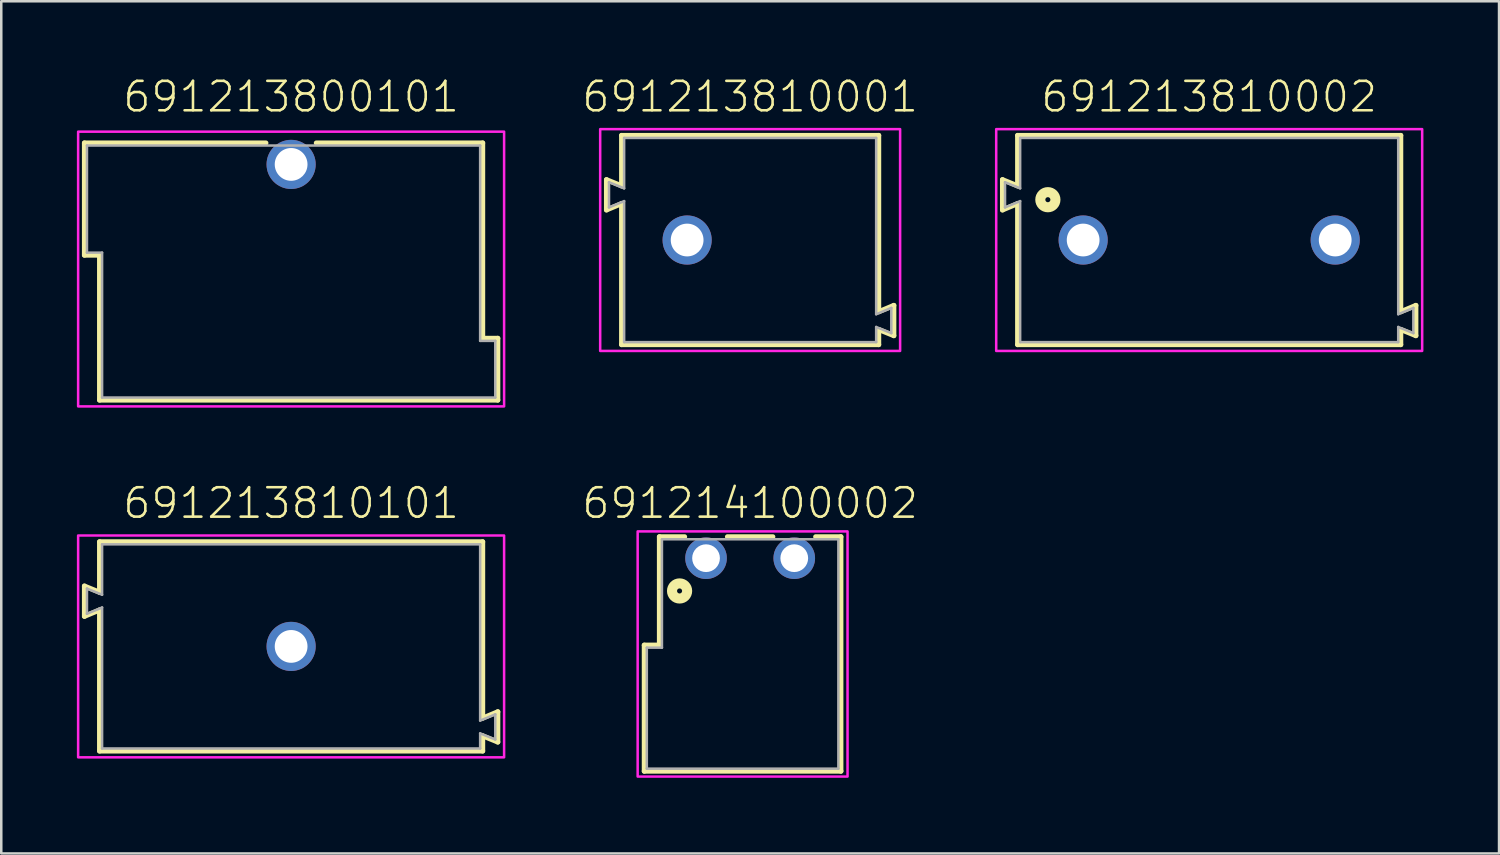
<source format=kicad_pcb>
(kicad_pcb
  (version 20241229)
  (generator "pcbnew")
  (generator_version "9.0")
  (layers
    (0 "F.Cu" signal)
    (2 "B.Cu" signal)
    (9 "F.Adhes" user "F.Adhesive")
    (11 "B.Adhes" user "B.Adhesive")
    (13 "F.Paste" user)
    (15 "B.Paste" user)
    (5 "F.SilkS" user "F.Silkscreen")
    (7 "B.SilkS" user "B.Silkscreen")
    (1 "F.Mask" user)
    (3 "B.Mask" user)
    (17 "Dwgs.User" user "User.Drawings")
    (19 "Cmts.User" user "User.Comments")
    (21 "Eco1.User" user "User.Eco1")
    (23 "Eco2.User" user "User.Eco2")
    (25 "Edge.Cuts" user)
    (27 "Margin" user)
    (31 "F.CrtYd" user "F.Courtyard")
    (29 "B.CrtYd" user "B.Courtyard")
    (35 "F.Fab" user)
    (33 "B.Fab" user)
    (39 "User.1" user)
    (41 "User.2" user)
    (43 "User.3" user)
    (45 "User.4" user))
  (footprint "691213810001"
    (layer "F.Cu")
    (at 24.212 6.473)
    (property "Reference" "691213810001" (at 2.5 -5 0) (unlocked yes) (layer "F.SilkS") (effects (font (size 1.168 1.168) (thickness 0.102)) (justify bottom)))
    (fp_line (start -3.2 -2.394) (end -2.6 -2.15) (stroke (width 0.2) (type solid)) (layer "F.SilkS"))
    (fp_line (start -3.2 -1.194) (end -3.2 -2.394) (stroke (width 0.2) (type solid)) (layer "F.SilkS"))
    (fp_line (start -2.6 -4.15) (end 7.6 -4.15) (stroke (width 0.2) (type solid)) (layer "F.SilkS"))
    (fp_line (start -2.6 -2.15) (end -2.6 -4.15) (stroke (width 0.2) (type solid)) (layer "F.SilkS"))
    (fp_line (start -2.6 -1.444) (end -3.2 -1.194) (stroke (width 0.2) (type solid)) (layer "F.SilkS"))
    (fp_line (start -2.6 4.15) (end -2.6 -1.444) (stroke (width 0.2) (type solid)) (layer "F.SilkS"))
    (fp_line (start 7.6 -4.15) (end 7.6 2.844) (stroke (width 0.2) (type solid)) (layer "F.SilkS"))
    (fp_line (start 7.6 2.844) (end 8.2 2.594) (stroke (width 0.2) (type solid)) (layer "F.SilkS"))
    (fp_line (start 7.6 3.55) (end 7.6 4.15) (stroke (width 0.2) (type solid)) (layer "F.SilkS"))
    (fp_line (start 7.6 4.15) (end -2.6 4.15) (stroke (width 0.2) (type solid)) (layer "F.SilkS"))
    (fp_line (start 8.2 2.594) (end 8.2 3.794) (stroke (width 0.2) (type solid)) (layer "F.SilkS"))
    (fp_line (start 8.2 3.794) (end 7.6 3.55) (stroke (width 0.2) (type solid)) (layer "F.SilkS"))
    (fp_poly (pts (xy 8.45 4.4) (xy -3.45 4.4) (xy -3.45 -4.4) (xy 8.45 -4.4)) (stroke (width 0.1) (type default)) (fill no) (layer "F.CrtYd"))
    (fp_line (start -3.1 -2.294) (end -2.5 -2.05) (stroke (width 0.1) (type solid)) (layer "F.Fab"))
    (fp_line (start -3.1 -1.294) (end -3.1 -2.294) (stroke (width 0.1) (type solid)) (layer "F.Fab"))
    (fp_line (start -3.1 -1.294) (end -2.5 -1.544) (stroke (width 0.1) (type solid)) (layer "F.Fab"))
    (fp_line (start -2.5 -2.05) (end -2.5 -4.05) (stroke (width 0.1) (type solid)) (layer "F.Fab"))
    (fp_line (start -2.5 4.05) (end -2.5 -1.544) (stroke (width 0.1) (type solid)) (layer "F.Fab"))
    (fp_line (start 7.5 -4.05) (end -2.5 -4.05) (stroke (width 0.1) (type solid)) (layer "F.Fab"))
    (fp_line (start 7.5 -4.05) (end 7.5 2.944) (stroke (width 0.1) (type solid)) (layer "F.Fab"))
    (fp_line (start 7.5 2.944) (end 8.1 2.694) (stroke (width 0.1) (type solid)) (layer "F.Fab"))
    (fp_line (start 7.5 3.45) (end 7.5 4.05) (stroke (width 0.1) (type solid)) (layer "F.Fab"))
    (fp_line (start 7.5 3.45) (end 8.1 3.694) (stroke (width 0.1) (type solid)) (layer "F.Fab"))
    (fp_line (start 7.5 4.05) (end -2.5 4.05) (stroke (width 0.1) (type solid)) (layer "F.Fab"))
    (fp_line (start 8.1 3.694) (end 8.1 2.694) (stroke (width 0.1) (type solid)) (layer "F.Fab"))
    (pad "1" thru_hole circle (at 0 0 180) (size 1.95 1.95) (drill 1.3) (layers "*.Cu" "*.Mask")))
  (footprint "691213810002"
    (layer "F.Cu")
    (at 44.924 6.473)
    (property "Reference" "691213810002" (at 0 -5 0) (unlocked yes) (layer "F.SilkS") (effects (font (size 1.168 1.168) (thickness 0.102)) (justify bottom)))
    (fp_line (start -8.2 -2.394) (end -7.6 -2.15) (stroke (width 0.2) (type solid)) (layer "F.SilkS"))
    (fp_line (start -8.2 -1.194) (end -8.2 -2.394) (stroke (width 0.2) (type solid)) (layer "F.SilkS"))
    (fp_line (start -7.6 -4.15) (end 7.6 -4.15) (stroke (width 0.2) (type solid)) (layer "F.SilkS"))
    (fp_line (start -7.6 -2.15) (end -7.6 -4.15) (stroke (width 0.2) (type solid)) (layer "F.SilkS"))
    (fp_line (start -7.6 -1.444) (end -8.2 -1.194) (stroke (width 0.2) (type solid)) (layer "F.SilkS"))
    (fp_line (start -7.6 4.15) (end -7.6 -1.444) (stroke (width 0.2) (type solid)) (layer "F.SilkS"))
    (fp_line (start 7.6 -4.15) (end 7.6 2.844) (stroke (width 0.2) (type solid)) (layer "F.SilkS"))
    (fp_line (start 7.6 2.844) (end 8.2 2.594) (stroke (width 0.2) (type solid)) (layer "F.SilkS"))
    (fp_line (start 7.6 3.55) (end 7.6 4.15) (stroke (width 0.2) (type solid)) (layer "F.SilkS"))
    (fp_line (start 7.6 4.15) (end -7.6 4.15) (stroke (width 0.2) (type solid)) (layer "F.SilkS"))
    (fp_line (start 8.2 2.594) (end 8.2 3.794) (stroke (width 0.2) (type solid)) (layer "F.SilkS"))
    (fp_line (start 8.2 3.794) (end 7.6 3.55) (stroke (width 0.2) (type solid)) (layer "F.SilkS"))
    (fp_circle (center -6.4 -1.6) (end -6.3 -1.6) (stroke (width 0.4) (type solid)) (fill no) (layer "F.SilkS"))
    (fp_poly (pts (xy 8.45 4.4) (xy -8.45 4.4) (xy -8.45 -4.4) (xy 8.45 -4.4)) (stroke (width 0.1) (type default)) (fill no) (layer "F.CrtYd"))
    (fp_line (start -8.1 -2.294) (end -7.5 -2.05) (stroke (width 0.1) (type solid)) (layer "F.Fab"))
    (fp_line (start -8.1 -1.294) (end -8.1 -2.294) (stroke (width 0.1) (type solid)) (layer "F.Fab"))
    (fp_line (start -8.1 -1.294) (end -7.5 -1.544) (stroke (width 0.1) (type solid)) (layer "F.Fab"))
    (fp_line (start -7.5 -2.05) (end -7.5 -4.05) (stroke (width 0.1) (type solid)) (layer "F.Fab"))
    (fp_line (start -7.5 4.05) (end -7.5 -1.544) (stroke (width 0.1) (type solid)) (layer "F.Fab"))
    (fp_line (start 7.5 -4.05) (end -7.5 -4.05) (stroke (width 0.1) (type solid)) (layer "F.Fab"))
    (fp_line (start 7.5 -4.05) (end 7.5 2.944) (stroke (width 0.1) (type solid)) (layer "F.Fab"))
    (fp_line (start 7.5 2.944) (end 8.1 2.694) (stroke (width 0.1) (type solid)) (layer "F.Fab"))
    (fp_line (start 7.5 3.45) (end 7.5 4.05) (stroke (width 0.1) (type solid)) (layer "F.Fab"))
    (fp_line (start 7.5 3.45) (end 8.1 3.694) (stroke (width 0.1) (type solid)) (layer "F.Fab"))
    (fp_line (start 7.5 4.05) (end -7.5 4.05) (stroke (width 0.1) (type solid)) (layer "F.Fab"))
    (fp_line (start 8.1 3.694) (end 8.1 2.694) (stroke (width 0.1) (type solid)) (layer "F.Fab"))
    (pad "1" thru_hole circle (at -5 0 180) (size 1.95 1.95) (drill 1.3) (layers "*.Cu" "*.Mask"))
    (pad "2" thru_hole circle (at 5 0 180) (size 1.95 1.95) (drill 1.3) (layers "*.Cu" "*.Mask")))
  (footprint "691214100002"
    (layer "F.Cu")
    (at 26.712 19.096)
    (property "Reference" "691214100002" (at 0 -1.5 0) (unlocked yes) (layer "F.SilkS") (effects (font (size 1.168 1.168) (thickness 0.102)) (justify bottom)))
    (fp_line (start -4.2 3.45) (end -4.2 8.45) (stroke (width 0.2) (type solid)) (layer "F.SilkS"))
    (fp_line (start -3.6 -0.85) (end -2.6 -0.85) (stroke (width 0.2) (type solid)) (layer "F.SilkS"))
    (fp_line (start -3.6 3.45) (end -4.2 3.45) (stroke (width 0.2) (type solid)) (layer "F.SilkS"))
    (fp_line (start -3.6 3.45) (end -3.6 -0.85) (stroke (width 0.2) (type solid)) (layer "F.SilkS"))
    (fp_line (start -0.9 -0.85) (end 0.9 -0.85) (stroke (width 0.2) (type solid)) (layer "F.SilkS"))
    (fp_line (start 2.6 -0.85) (end 3.6 -0.85) (stroke (width 0.2) (type solid)) (layer "F.SilkS"))
    (fp_line (start 3.6 -0.85) (end 3.6 8.45) (stroke (width 0.2) (type solid)) (layer "F.SilkS"))
    (fp_line (start 3.6 8.45) (end -4.2 8.45) (stroke (width 0.2) (type solid)) (layer "F.SilkS"))
    (fp_circle (center -2.8 1.3) (end -2.7 1.3) (stroke (width 0.4) (type solid)) (fill no) (layer "F.SilkS"))
    (fp_poly (pts (xy 3.864 8.664) (xy -4.463 8.664) (xy -4.463 -1.063) (xy 3.864 -1.063)) (stroke (width 0.1) (type default)) (fill no) (layer "F.CrtYd"))
    (fp_line (start -4.1 3.55) (end -3.5 3.55) (stroke (width 0.1) (type solid)) (layer "F.Fab"))
    (fp_line (start -4.1 8.35) (end -4.1 3.55) (stroke (width 0.1) (type solid)) (layer "F.Fab"))
    (fp_line (start -4.1 8.35) (end 3.5 8.35) (stroke (width 0.1) (type solid)) (layer "F.Fab"))
    (fp_line (start -3.5 -0.75) (end -3.5 3.55) (stroke (width 0.1) (type solid)) (layer "F.Fab"))
    (fp_line (start 3.5 -0.75) (end -3.5 -0.75) (stroke (width 0.1) (type solid)) (layer "F.Fab"))
    (fp_line (start 3.5 8.35) (end 3.5 -0.75) (stroke (width 0.1) (type solid)) (layer "F.Fab"))
    (pad "1" thru_hole circle (at -1.75 0 180) (size 1.65 1.65) (drill 1.1) (layers "*.Cu" "*.Mask"))
    (pad "2" thru_hole circle (at 1.75 0 180) (size 1.65 1.65) (drill 1.1) (layers "*.Cu" "*.Mask")))
  (footprint "691213800101"
    (layer "F.Cu")
    (at 8.5 3.473)
    (property "Reference" "691213800101" (at 0 -2 0) (unlocked yes) (layer "F.SilkS") (effects (font (size 1.168 1.168) (thickness 0.102)) (justify bottom)))
    (fp_line (start -8.2 -0.85) (end -1 -0.85) (stroke (width 0.2) (type solid)) (layer "F.SilkS"))
    (fp_line (start -8.2 3.6) (end -8.2 -0.85) (stroke (width 0.2) (type solid)) (layer "F.SilkS"))
    (fp_line (start -7.6 3.6) (end -8.2 3.6) (stroke (width 0.2) (type solid)) (layer "F.SilkS"))
    (fp_line (start -7.6 9.35) (end -7.6 3.6) (stroke (width 0.2) (type solid)) (layer "F.SilkS"))
    (fp_line (start 7.6 -0.85) (end 1 -0.85) (stroke (width 0.2) (type solid)) (layer "F.SilkS"))
    (fp_line (start 7.6 -0.85) (end 7.6 6.9) (stroke (width 0.2) (type solid)) (layer "F.SilkS"))
    (fp_line (start 7.6 6.9) (end 8.2 6.9) (stroke (width 0.2) (type solid)) (layer "F.SilkS"))
    (fp_line (start 8.2 6.9) (end 8.2 9.35) (stroke (width 0.2) (type solid)) (layer "F.SilkS"))
    (fp_line (start 8.2 9.35) (end -7.6 9.35) (stroke (width 0.2) (type solid)) (layer "F.SilkS"))
    (fp_poly (pts (xy 8.45 9.6) (xy -8.45 9.6) (xy -8.45 -1.3) (xy 8.45 -1.3)) (stroke (width 0.1) (type default)) (fill no) (layer "F.CrtYd"))
    (fp_line (start -8.1 3.5) (end -8.1 -0.75) (stroke (width 0.1) (type solid)) (layer "F.Fab"))
    (fp_line (start -8.1 3.5) (end -7.5 3.5) (stroke (width 0.1) (type solid)) (layer "F.Fab"))
    (fp_line (start -7.5 9.25) (end -7.5 3.5) (stroke (width 0.1) (type solid)) (layer "F.Fab"))
    (fp_line (start 7.5 -0.75) (end -8.1 -0.75) (stroke (width 0.1) (type solid)) (layer "F.Fab"))
    (fp_line (start 7.5 -0.75) (end 7.5 7) (stroke (width 0.1) (type solid)) (layer "F.Fab"))
    (fp_line (start 7.5 7) (end 8.1 7) (stroke (width 0.1) (type solid)) (layer "F.Fab"))
    (fp_line (start 8.1 9.25) (end -7.5 9.25) (stroke (width 0.1) (type solid)) (layer "F.Fab"))
    (fp_line (start 8.1 9.25) (end 8.1 7) (stroke (width 0.1) (type solid)) (layer "F.Fab"))
    (pad "1" thru_hole circle (at 0 0 180) (size 1.95 1.95) (drill 1.3) (layers "*.Cu" "*.Mask")))
  (footprint "691213810101"
    (layer "F.Cu")
    (at 8.5 22.596)
    (property "Reference" "691213810101" (at 0 -5 0) (unlocked yes) (layer "F.SilkS") (effects (font (size 1.168 1.168) (thickness 0.102)) (justify bottom)))
    (fp_line (start -8.2 -2.394) (end -7.6 -2.15) (stroke (width 0.2) (type solid)) (layer "F.SilkS"))
    (fp_line (start -8.2 -1.194) (end -8.2 -2.394) (stroke (width 0.2) (type solid)) (layer "F.SilkS"))
    (fp_line (start -7.6 -4.15) (end 7.6 -4.15) (stroke (width 0.2) (type solid)) (layer "F.SilkS"))
    (fp_line (start -7.6 -2.15) (end -7.6 -4.15) (stroke (width 0.2) (type solid)) (layer "F.SilkS"))
    (fp_line (start -7.6 -1.444) (end -8.2 -1.194) (stroke (width 0.2) (type solid)) (layer "F.SilkS"))
    (fp_line (start -7.6 4.15) (end -7.6 -1.444) (stroke (width 0.2) (type solid)) (layer "F.SilkS"))
    (fp_line (start 7.6 -4.15) (end 7.6 2.844) (stroke (width 0.2) (type solid)) (layer "F.SilkS"))
    (fp_line (start 7.6 2.844) (end 8.2 2.594) (stroke (width 0.2) (type solid)) (layer "F.SilkS"))
    (fp_line (start 7.6 3.55) (end 7.6 4.15) (stroke (width 0.2) (type solid)) (layer "F.SilkS"))
    (fp_line (start 7.6 4.15) (end -7.6 4.15) (stroke (width 0.2) (type solid)) (layer "F.SilkS"))
    (fp_line (start 8.2 2.594) (end 8.2 3.794) (stroke (width 0.2) (type solid)) (layer "F.SilkS"))
    (fp_line (start 8.2 3.794) (end 7.6 3.55) (stroke (width 0.2) (type solid)) (layer "F.SilkS"))
    (fp_poly (pts (xy 8.45 4.4) (xy -8.45 4.4) (xy -8.45 -4.4) (xy 8.45 -4.4)) (stroke (width 0.1) (type default)) (fill no) (layer "F.CrtYd"))
    (fp_line (start -8.1 -2.294) (end -7.5 -2.05) (stroke (width 0.1) (type solid)) (layer "F.Fab"))
    (fp_line (start -8.1 -1.294) (end -8.1 -2.294) (stroke (width 0.1) (type solid)) (layer "F.Fab"))
    (fp_line (start -8.1 -1.294) (end -7.5 -1.544) (stroke (width 0.1) (type solid)) (layer "F.Fab"))
    (fp_line (start -7.5 -2.05) (end -7.5 -4.05) (stroke (width 0.1) (type solid)) (layer "F.Fab"))
    (fp_line (start -7.5 4.05) (end -7.5 -1.544) (stroke (width 0.1) (type solid)) (layer "F.Fab"))
    (fp_line (start 7.5 -4.05) (end -7.5 -4.05) (stroke (width 0.1) (type solid)) (layer "F.Fab"))
    (fp_line (start 7.5 -4.05) (end 7.5 2.944) (stroke (width 0.1) (type solid)) (layer "F.Fab"))
    (fp_line (start 7.5 2.944) (end 8.1 2.694) (stroke (width 0.1) (type solid)) (layer "F.Fab"))
    (fp_line (start 7.5 3.45) (end 7.5 4.05) (stroke (width 0.1) (type solid)) (layer "F.Fab"))
    (fp_line (start 7.5 3.45) (end 8.1 3.694) (stroke (width 0.1) (type solid)) (layer "F.Fab"))
    (fp_line (start 7.5 4.05) (end -7.5 4.05) (stroke (width 0.1) (type solid)) (layer "F.Fab"))
    (fp_line (start 8.1 3.694) (end 8.1 2.694) (stroke (width 0.1) (type solid)) (layer "F.Fab"))
    (pad "1" thru_hole circle (at 0 0 180) (size 1.95 1.95) (drill 1.3) (layers "*.Cu" "*.Mask")))
  (gr_rect
    (start -3 -3)
    (end 56.424 30.81)
    (stroke (width 0.1) (type default))
    (fill no)
    (layer "Edge.Cuts")))
</source>
